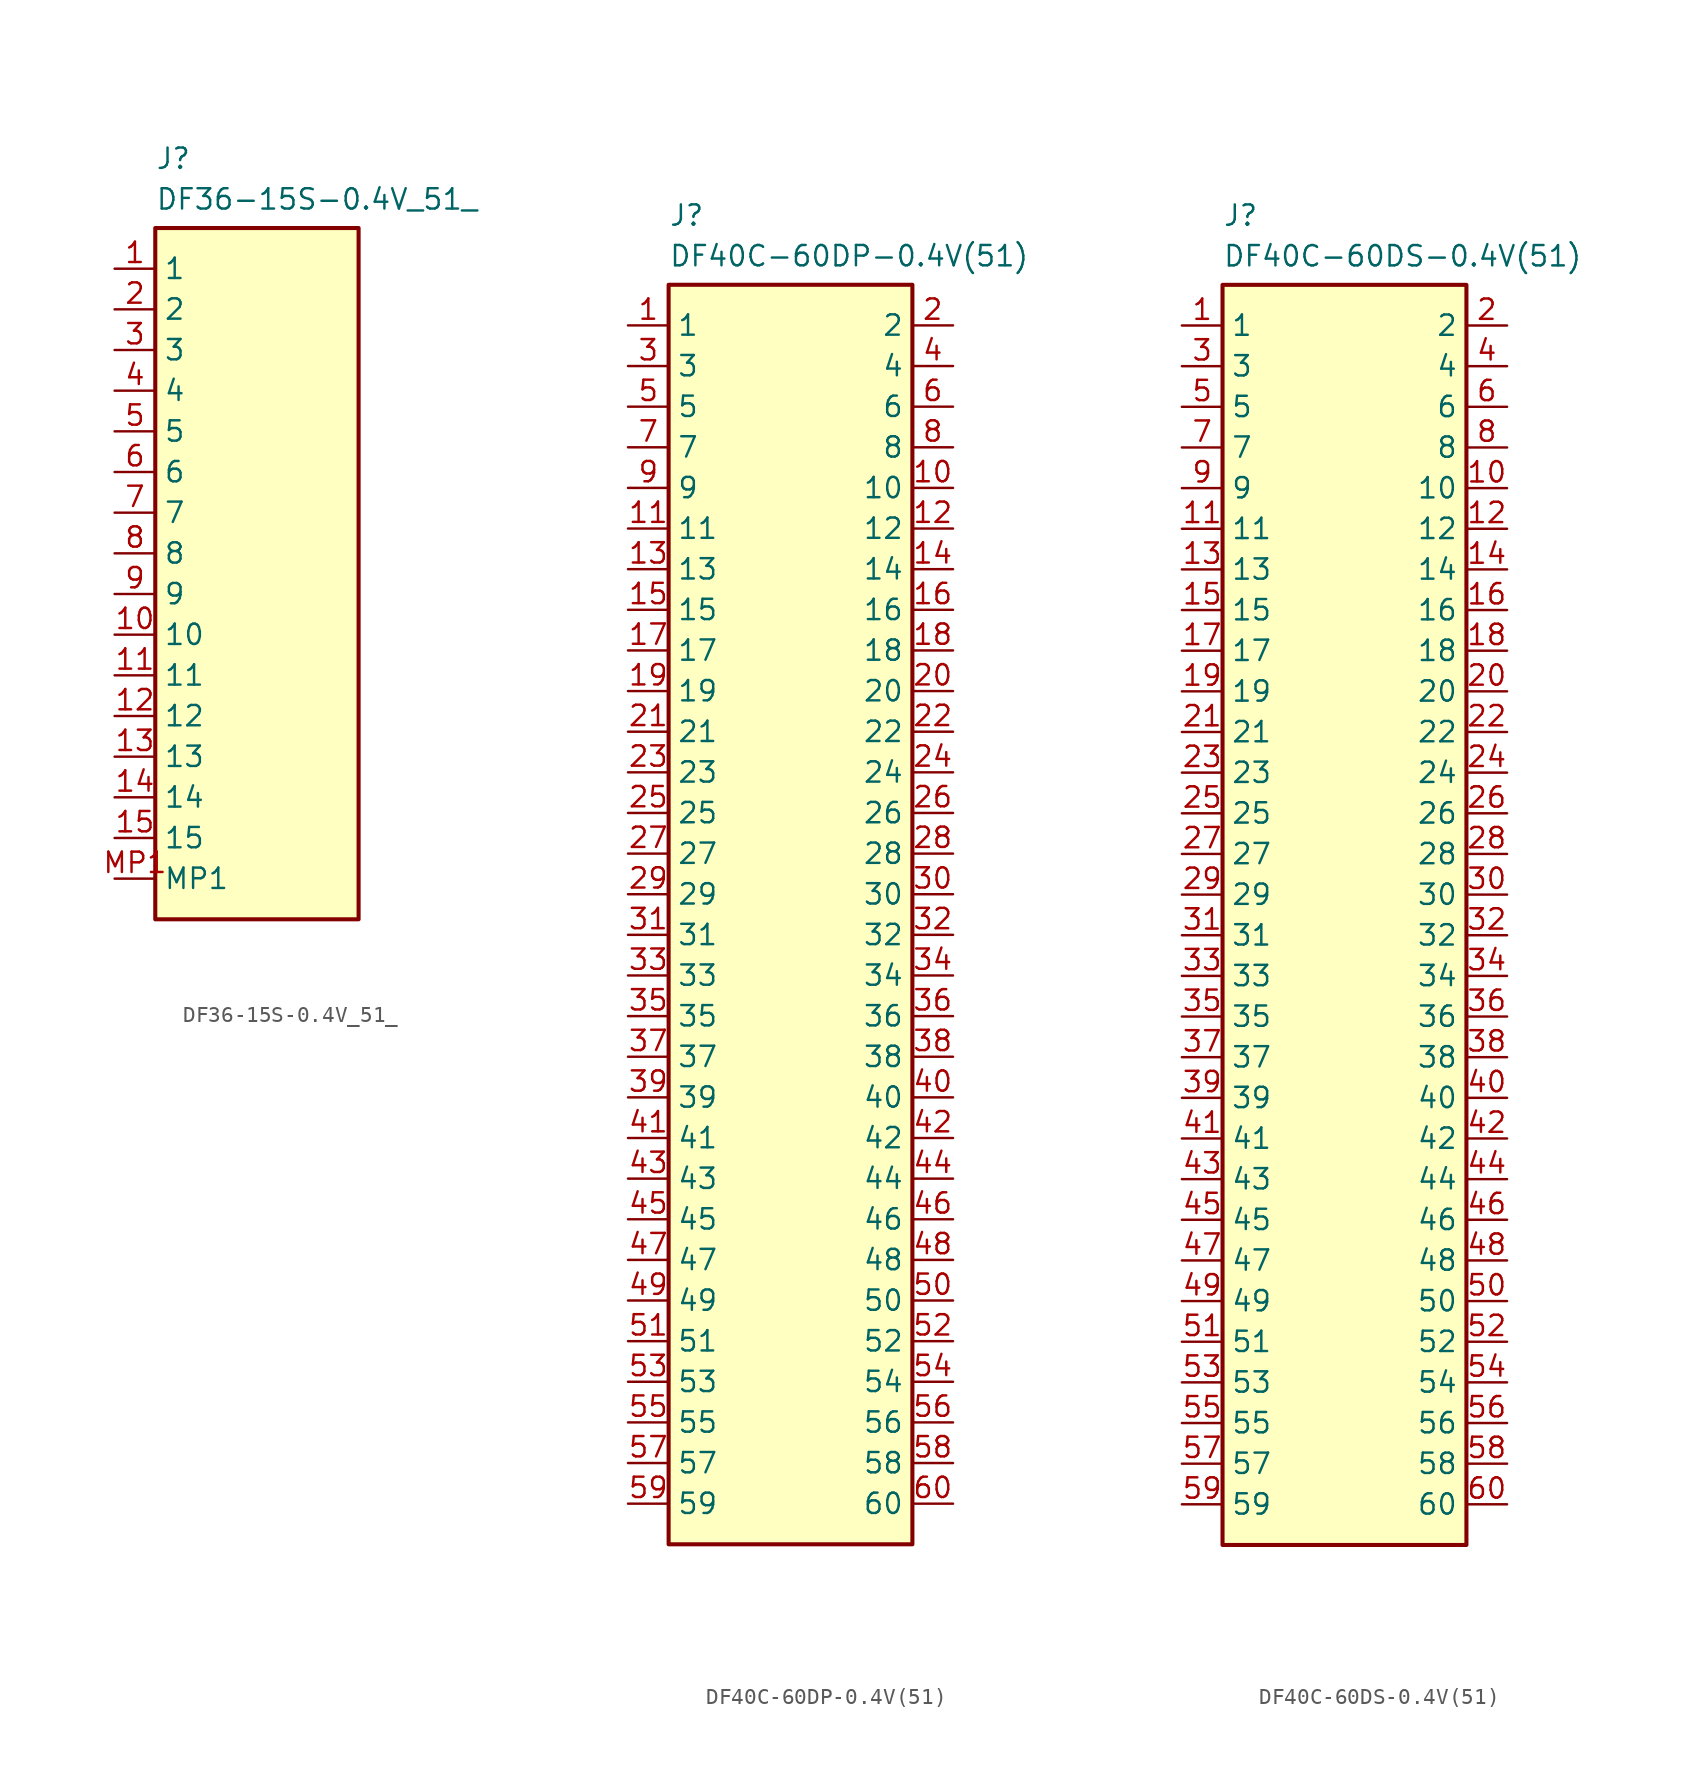
<source format=kicad_sym>
(kicad_symbol_lib
  (version 20241209)
  (generator "kicad_symbol_editor")
  (generator_version "9.0")
  (symbol "DF36-15S-0.4V_51_"
    (property "Reference" "J"
      (at 2.54 7.62 0)
      (effects (font (size 1.27 1.27)) (justify left top)))
    (property "Value" "DF36-15S-0.4V_51_"
      (at 2.54 5.08 0)
      (effects (font (size 1.27 1.27)) (justify left top)))
    (symbol "DF36-15S-0.4V_51__1_1"
      (rectangle (start 2.54 2.54) (end 15.24 -40.64) (stroke (width 0.254) (type default)) (fill (type background)))
      (pin passive line (at 0 0 0) (length 2.54) (name "1" (effects (font (size 1.27 1.27)))) (number "1" (effects (font (size 1.27 1.27)))))
      (pin passive line (at 0 -2.54 0) (length 2.54) (name "2" (effects (font (size 1.27 1.27)))) (number "2" (effects (font (size 1.27 1.27)))))
      (pin passive line (at 0 -5.08 0) (length 2.54) (name "3" (effects (font (size 1.27 1.27)))) (number "3" (effects (font (size 1.27 1.27)))))
      (pin passive line (at 0 -7.62 0) (length 2.54) (name "4" (effects (font (size 1.27 1.27)))) (number "4" (effects (font (size 1.27 1.27)))))
      (pin passive line (at 0 -10.16 0) (length 2.54) (name "5" (effects (font (size 1.27 1.27)))) (number "5" (effects (font (size 1.27 1.27)))))
      (pin passive line (at 0 -12.7 0) (length 2.54) (name "6" (effects (font (size 1.27 1.27)))) (number "6" (effects (font (size 1.27 1.27)))))
      (pin passive line (at 0 -15.24 0) (length 2.54) (name "7" (effects (font (size 1.27 1.27)))) (number "7" (effects (font (size 1.27 1.27)))))
      (pin passive line (at 0 -17.78 0) (length 2.54) (name "8" (effects (font (size 1.27 1.27)))) (number "8" (effects (font (size 1.27 1.27)))))
      (pin passive line (at 0 -20.32 0) (length 2.54) (name "9" (effects (font (size 1.27 1.27)))) (number "9" (effects (font (size 1.27 1.27)))))
      (pin passive line (at 0 -22.86 0) (length 2.54) (name "10" (effects (font (size 1.27 1.27)))) (number "10" (effects (font (size 1.27 1.27)))))
      (pin passive line (at 0 -25.4 0) (length 2.54) (name "11" (effects (font (size 1.27 1.27)))) (number "11" (effects (font (size 1.27 1.27)))))
      (pin passive line (at 0 -27.94 0) (length 2.54) (name "12" (effects (font (size 1.27 1.27)))) (number "12" (effects (font (size 1.27 1.27)))))
      (pin passive line (at 0 -30.48 0) (length 2.54) (name "13" (effects (font (size 1.27 1.27)))) (number "13" (effects (font (size 1.27 1.27)))))
      (pin passive line (at 0 -33.02 0) (length 2.54) (name "14" (effects (font (size 1.27 1.27)))) (number "14" (effects (font (size 1.27 1.27)))))
      (pin passive line (at 0 -35.56 0) (length 2.54) (name "15" (effects (font (size 1.27 1.27)))) (number "15" (effects (font (size 1.27 1.27)))))
      (pin passive line (at 0 -38.1 0) (length 2.54) (name "MP1" (effects (font (size 1.27 1.27)))) (number "MP1" (effects (font (size 1.27 1.27)))))
      (pin passive line (at 0 -38.1 0) (length 2.54) (hide yes) (name "MP2" (effects (font (size 1.27 1.27)))) (number "MP2" (effects (font (size 1.27 1.27)))))
      (pin passive line (at 0 -38.1 0) (length 2.54) (hide yes) (name "MP3" (effects (font (size 1.27 1.27)))) (number "MP3" (effects (font (size 1.27 1.27)))))
      (pin passive line (at 0 -38.1 0) (length 2.54) (hide yes) (name "MP4" (effects (font (size 1.27 1.27)))) (number "MP4" (effects (font (size 1.27 1.27)))))))
  (symbol "DF40C-60DP-0.4V(51)"
    (property "Reference" "J"
      (at 2.54 7.62 0)
      (effects (font (size 1.27 1.27)) (justify left top)))
    (property "Value" "DF40C-60DP-0.4V(51)"
      (at 2.54 5.08 0)
      (effects (font (size 1.27 1.27)) (justify left top)))
    (symbol "DF40C-60DP-0.4V(51)_1_1"
      (rectangle (start 2.54 2.54) (end 17.78 -76.2) (stroke (width 0.254) (type default)) (fill (type background)))
      (pin passive line (at 0 0 0) (length 2.54) (name "1" (effects (font (size 1.27 1.27)))) (number "1" (effects (font (size 1.27 1.27)))))
      (pin passive line (at 0 -2.54 0) (length 2.54) (name "3" (effects (font (size 1.27 1.27)))) (number "3" (effects (font (size 1.27 1.27)))))
      (pin passive line (at 0 -5.08 0) (length 2.54) (name "5" (effects (font (size 1.27 1.27)))) (number "5" (effects (font (size 1.27 1.27)))))
      (pin passive line (at 0 -7.62 0) (length 2.54) (name "7" (effects (font (size 1.27 1.27)))) (number "7" (effects (font (size 1.27 1.27)))))
      (pin passive line (at 0 -10.16 0) (length 2.54) (name "9" (effects (font (size 1.27 1.27)))) (number "9" (effects (font (size 1.27 1.27)))))
      (pin passive line (at 0 -12.7 0) (length 2.54) (name "11" (effects (font (size 1.27 1.27)))) (number "11" (effects (font (size 1.27 1.27)))))
      (pin passive line (at 0 -15.24 0) (length 2.54) (name "13" (effects (font (size 1.27 1.27)))) (number "13" (effects (font (size 1.27 1.27)))))
      (pin passive line (at 0 -17.78 0) (length 2.54) (name "15" (effects (font (size 1.27 1.27)))) (number "15" (effects (font (size 1.27 1.27)))))
      (pin passive line (at 0 -20.32 0) (length 2.54) (name "17" (effects (font (size 1.27 1.27)))) (number "17" (effects (font (size 1.27 1.27)))))
      (pin passive line (at 0 -22.86 0) (length 2.54) (name "19" (effects (font (size 1.27 1.27)))) (number "19" (effects (font (size 1.27 1.27)))))
      (pin passive line (at 0 -25.4 0) (length 2.54) (name "21" (effects (font (size 1.27 1.27)))) (number "21" (effects (font (size 1.27 1.27)))))
      (pin passive line (at 0 -27.94 0) (length 2.54) (name "23" (effects (font (size 1.27 1.27)))) (number "23" (effects (font (size 1.27 1.27)))))
      (pin passive line (at 0 -30.48 0) (length 2.54) (name "25" (effects (font (size 1.27 1.27)))) (number "25" (effects (font (size 1.27 1.27)))))
      (pin passive line (at 0 -33.02 0) (length 2.54) (name "27" (effects (font (size 1.27 1.27)))) (number "27" (effects (font (size 1.27 1.27)))))
      (pin passive line (at 0 -35.56 0) (length 2.54) (name "29" (effects (font (size 1.27 1.27)))) (number "29" (effects (font (size 1.27 1.27)))))
      (pin passive line (at 0 -38.1 0) (length 2.54) (name "31" (effects (font (size 1.27 1.27)))) (number "31" (effects (font (size 1.27 1.27)))))
      (pin passive line (at 0 -40.64 0) (length 2.54) (name "33" (effects (font (size 1.27 1.27)))) (number "33" (effects (font (size 1.27 1.27)))))
      (pin passive line (at 0 -43.18 0) (length 2.54) (name "35" (effects (font (size 1.27 1.27)))) (number "35" (effects (font (size 1.27 1.27)))))
      (pin passive line (at 0 -45.72 0) (length 2.54) (name "37" (effects (font (size 1.27 1.27)))) (number "37" (effects (font (size 1.27 1.27)))))
      (pin passive line (at 0 -48.26 0) (length 2.54) (name "39" (effects (font (size 1.27 1.27)))) (number "39" (effects (font (size 1.27 1.27)))))
      (pin passive line (at 0 -50.8 0) (length 2.54) (name "41" (effects (font (size 1.27 1.27)))) (number "41" (effects (font (size 1.27 1.27)))))
      (pin passive line (at 0 -53.34 0) (length 2.54) (name "43" (effects (font (size 1.27 1.27)))) (number "43" (effects (font (size 1.27 1.27)))))
      (pin passive line (at 0 -55.88 0) (length 2.54) (name "45" (effects (font (size 1.27 1.27)))) (number "45" (effects (font (size 1.27 1.27)))))
      (pin passive line (at 0 -58.42 0) (length 2.54) (name "47" (effects (font (size 1.27 1.27)))) (number "47" (effects (font (size 1.27 1.27)))))
      (pin passive line (at 0 -60.96 0) (length 2.54) (name "49" (effects (font (size 1.27 1.27)))) (number "49" (effects (font (size 1.27 1.27)))))
      (pin passive line (at 0 -63.5 0) (length 2.54) (name "51" (effects (font (size 1.27 1.27)))) (number "51" (effects (font (size 1.27 1.27)))))
      (pin passive line (at 0 -66.04 0) (length 2.54) (name "53" (effects (font (size 1.27 1.27)))) (number "53" (effects (font (size 1.27 1.27)))))
      (pin passive line (at 0 -68.58 0) (length 2.54) (name "55" (effects (font (size 1.27 1.27)))) (number "55" (effects (font (size 1.27 1.27)))))
      (pin passive line (at 0 -71.12 0) (length 2.54) (name "57" (effects (font (size 1.27 1.27)))) (number "57" (effects (font (size 1.27 1.27)))))
      (pin passive line (at 0 -73.66 0) (length 2.54) (name "59" (effects (font (size 1.27 1.27)))) (number "59" (effects (font (size 1.27 1.27)))))
      (pin passive line (at 20.32 0 180) (length 2.54) (name "2" (effects (font (size 1.27 1.27)))) (number "2" (effects (font (size 1.27 1.27)))))
      (pin passive line (at 20.32 -2.54 180) (length 2.54) (name "4" (effects (font (size 1.27 1.27)))) (number "4" (effects (font (size 1.27 1.27)))))
      (pin passive line (at 20.32 -5.08 180) (length 2.54) (name "6" (effects (font (size 1.27 1.27)))) (number "6" (effects (font (size 1.27 1.27)))))
      (pin passive line (at 20.32 -7.62 180) (length 2.54) (name "8" (effects (font (size 1.27 1.27)))) (number "8" (effects (font (size 1.27 1.27)))))
      (pin passive line (at 20.32 -10.16 180) (length 2.54) (name "10" (effects (font (size 1.27 1.27)))) (number "10" (effects (font (size 1.27 1.27)))))
      (pin passive line (at 20.32 -12.7 180) (length 2.54) (name "12" (effects (font (size 1.27 1.27)))) (number "12" (effects (font (size 1.27 1.27)))))
      (pin passive line (at 20.32 -15.24 180) (length 2.54) (name "14" (effects (font (size 1.27 1.27)))) (number "14" (effects (font (size 1.27 1.27)))))
      (pin passive line (at 20.32 -17.78 180) (length 2.54) (name "16" (effects (font (size 1.27 1.27)))) (number "16" (effects (font (size 1.27 1.27)))))
      (pin passive line (at 20.32 -20.32 180) (length 2.54) (name "18" (effects (font (size 1.27 1.27)))) (number "18" (effects (font (size 1.27 1.27)))))
      (pin passive line (at 20.32 -22.86 180) (length 2.54) (name "20" (effects (font (size 1.27 1.27)))) (number "20" (effects (font (size 1.27 1.27)))))
      (pin passive line (at 20.32 -25.4 180) (length 2.54) (name "22" (effects (font (size 1.27 1.27)))) (number "22" (effects (font (size 1.27 1.27)))))
      (pin passive line (at 20.32 -27.94 180) (length 2.54) (name "24" (effects (font (size 1.27 1.27)))) (number "24" (effects (font (size 1.27 1.27)))))
      (pin passive line (at 20.32 -30.48 180) (length 2.54) (name "26" (effects (font (size 1.27 1.27)))) (number "26" (effects (font (size 1.27 1.27)))))
      (pin passive line (at 20.32 -33.02 180) (length 2.54) (name "28" (effects (font (size 1.27 1.27)))) (number "28" (effects (font (size 1.27 1.27)))))
      (pin passive line (at 20.32 -35.56 180) (length 2.54) (name "30" (effects (font (size 1.27 1.27)))) (number "30" (effects (font (size 1.27 1.27)))))
      (pin passive line (at 20.32 -38.1 180) (length 2.54) (name "32" (effects (font (size 1.27 1.27)))) (number "32" (effects (font (size 1.27 1.27)))))
      (pin passive line (at 20.32 -40.64 180) (length 2.54) (name "34" (effects (font (size 1.27 1.27)))) (number "34" (effects (font (size 1.27 1.27)))))
      (pin passive line (at 20.32 -43.18 180) (length 2.54) (name "36" (effects (font (size 1.27 1.27)))) (number "36" (effects (font (size 1.27 1.27)))))
      (pin passive line (at 20.32 -45.72 180) (length 2.54) (name "38" (effects (font (size 1.27 1.27)))) (number "38" (effects (font (size 1.27 1.27)))))
      (pin passive line (at 20.32 -48.26 180) (length 2.54) (name "40" (effects (font (size 1.27 1.27)))) (number "40" (effects (font (size 1.27 1.27)))))
      (pin passive line (at 20.32 -50.8 180) (length 2.54) (name "42" (effects (font (size 1.27 1.27)))) (number "42" (effects (font (size 1.27 1.27)))))
      (pin passive line (at 20.32 -53.34 180) (length 2.54) (name "44" (effects (font (size 1.27 1.27)))) (number "44" (effects (font (size 1.27 1.27)))))
      (pin passive line (at 20.32 -55.88 180) (length 2.54) (name "46" (effects (font (size 1.27 1.27)))) (number "46" (effects (font (size 1.27 1.27)))))
      (pin passive line (at 20.32 -58.42 180) (length 2.54) (name "48" (effects (font (size 1.27 1.27)))) (number "48" (effects (font (size 1.27 1.27)))))
      (pin passive line (at 20.32 -60.96 180) (length 2.54) (name "50" (effects (font (size 1.27 1.27)))) (number "50" (effects (font (size 1.27 1.27)))))
      (pin passive line (at 20.32 -63.5 180) (length 2.54) (name "52" (effects (font (size 1.27 1.27)))) (number "52" (effects (font (size 1.27 1.27)))))
      (pin passive line (at 20.32 -66.04 180) (length 2.54) (name "54" (effects (font (size 1.27 1.27)))) (number "54" (effects (font (size 1.27 1.27)))))
      (pin passive line (at 20.32 -68.58 180) (length 2.54) (name "56" (effects (font (size 1.27 1.27)))) (number "56" (effects (font (size 1.27 1.27)))))
      (pin passive line (at 20.32 -71.12 180) (length 2.54) (name "58" (effects (font (size 1.27 1.27)))) (number "58" (effects (font (size 1.27 1.27)))))
      (pin passive line (at 20.32 -73.66 180) (length 2.54) (name "60" (effects (font (size 1.27 1.27)))) (number "60" (effects (font (size 1.27 1.27)))))))
  (symbol "DF40C-60DS-0.4V(51)"
    (property "Reference" "J"
      (at 2.54 7.62 0)
      (effects (font (size 1.27 1.27)) (justify left top)))
    (property "Value" "DF40C-60DS-0.4V(51)"
      (at 2.54 5.08 0)
      (effects (font (size 1.27 1.27)) (justify left top)))
    (symbol "DF40C-60DS-0.4V(51)_1_1"
      (rectangle (start 2.54 2.54) (end 17.78 -76.2) (stroke (width 0.254) (type default)) (fill (type background)))
      (pin passive line (at 0 0 0) (length 2.54) (name "1" (effects (font (size 1.27 1.27)))) (number "1" (effects (font (size 1.27 1.27)))))
      (pin passive line (at 0 -2.54 0) (length 2.54) (name "3" (effects (font (size 1.27 1.27)))) (number "3" (effects (font (size 1.27 1.27)))))
      (pin passive line (at 0 -5.08 0) (length 2.54) (name "5" (effects (font (size 1.27 1.27)))) (number "5" (effects (font (size 1.27 1.27)))))
      (pin passive line (at 0 -7.62 0) (length 2.54) (name "7" (effects (font (size 1.27 1.27)))) (number "7" (effects (font (size 1.27 1.27)))))
      (pin passive line (at 0 -10.16 0) (length 2.54) (name "9" (effects (font (size 1.27 1.27)))) (number "9" (effects (font (size 1.27 1.27)))))
      (pin passive line (at 0 -12.7 0) (length 2.54) (name "11" (effects (font (size 1.27 1.27)))) (number "11" (effects (font (size 1.27 1.27)))))
      (pin passive line (at 0 -15.24 0) (length 2.54) (name "13" (effects (font (size 1.27 1.27)))) (number "13" (effects (font (size 1.27 1.27)))))
      (pin passive line (at 0 -17.78 0) (length 2.54) (name "15" (effects (font (size 1.27 1.27)))) (number "15" (effects (font (size 1.27 1.27)))))
      (pin passive line (at 0 -20.32 0) (length 2.54) (name "17" (effects (font (size 1.27 1.27)))) (number "17" (effects (font (size 1.27 1.27)))))
      (pin passive line (at 0 -22.86 0) (length 2.54) (name "19" (effects (font (size 1.27 1.27)))) (number "19" (effects (font (size 1.27 1.27)))))
      (pin passive line (at 0 -25.4 0) (length 2.54) (name "21" (effects (font (size 1.27 1.27)))) (number "21" (effects (font (size 1.27 1.27)))))
      (pin passive line (at 0 -27.94 0) (length 2.54) (name "23" (effects (font (size 1.27 1.27)))) (number "23" (effects (font (size 1.27 1.27)))))
      (pin passive line (at 0 -30.48 0) (length 2.54) (name "25" (effects (font (size 1.27 1.27)))) (number "25" (effects (font (size 1.27 1.27)))))
      (pin passive line (at 0 -33.02 0) (length 2.54) (name "27" (effects (font (size 1.27 1.27)))) (number "27" (effects (font (size 1.27 1.27)))))
      (pin passive line (at 0 -35.56 0) (length 2.54) (name "29" (effects (font (size 1.27 1.27)))) (number "29" (effects (font (size 1.27 1.27)))))
      (pin passive line (at 0 -38.1 0) (length 2.54) (name "31" (effects (font (size 1.27 1.27)))) (number "31" (effects (font (size 1.27 1.27)))))
      (pin passive line (at 0 -40.64 0) (length 2.54) (name "33" (effects (font (size 1.27 1.27)))) (number "33" (effects (font (size 1.27 1.27)))))
      (pin passive line (at 0 -43.18 0) (length 2.54) (name "35" (effects (font (size 1.27 1.27)))) (number "35" (effects (font (size 1.27 1.27)))))
      (pin passive line (at 0 -45.72 0) (length 2.54) (name "37" (effects (font (size 1.27 1.27)))) (number "37" (effects (font (size 1.27 1.27)))))
      (pin passive line (at 0 -48.26 0) (length 2.54) (name "39" (effects (font (size 1.27 1.27)))) (number "39" (effects (font (size 1.27 1.27)))))
      (pin passive line (at 0 -50.8 0) (length 2.54) (name "41" (effects (font (size 1.27 1.27)))) (number "41" (effects (font (size 1.27 1.27)))))
      (pin passive line (at 0 -53.34 0) (length 2.54) (name "43" (effects (font (size 1.27 1.27)))) (number "43" (effects (font (size 1.27 1.27)))))
      (pin passive line (at 0 -55.88 0) (length 2.54) (name "45" (effects (font (size 1.27 1.27)))) (number "45" (effects (font (size 1.27 1.27)))))
      (pin passive line (at 0 -58.42 0) (length 2.54) (name "47" (effects (font (size 1.27 1.27)))) (number "47" (effects (font (size 1.27 1.27)))))
      (pin passive line (at 0 -60.96 0) (length 2.54) (name "49" (effects (font (size 1.27 1.27)))) (number "49" (effects (font (size 1.27 1.27)))))
      (pin passive line (at 0 -63.5 0) (length 2.54) (name "51" (effects (font (size 1.27 1.27)))) (number "51" (effects (font (size 1.27 1.27)))))
      (pin passive line (at 0 -66.04 0) (length 2.54) (name "53" (effects (font (size 1.27 1.27)))) (number "53" (effects (font (size 1.27 1.27)))))
      (pin passive line (at 0 -68.58 0) (length 2.54) (name "55" (effects (font (size 1.27 1.27)))) (number "55" (effects (font (size 1.27 1.27)))))
      (pin passive line (at 0 -71.12 0) (length 2.54) (name "57" (effects (font (size 1.27 1.27)))) (number "57" (effects (font (size 1.27 1.27)))))
      (pin passive line (at 0 -73.66 0) (length 2.54) (name "59" (effects (font (size 1.27 1.27)))) (number "59" (effects (font (size 1.27 1.27)))))
      (pin passive line (at 20.32 0 180) (length 2.54) (name "2" (effects (font (size 1.27 1.27)))) (number "2" (effects (font (size 1.27 1.27)))))
      (pin passive line (at 20.32 -2.54 180) (length 2.54) (name "4" (effects (font (size 1.27 1.27)))) (number "4" (effects (font (size 1.27 1.27)))))
      (pin passive line (at 20.32 -5.08 180) (length 2.54) (name "6" (effects (font (size 1.27 1.27)))) (number "6" (effects (font (size 1.27 1.27)))))
      (pin passive line (at 20.32 -7.62 180) (length 2.54) (name "8" (effects (font (size 1.27 1.27)))) (number "8" (effects (font (size 1.27 1.27)))))
      (pin passive line (at 20.32 -10.16 180) (length 2.54) (name "10" (effects (font (size 1.27 1.27)))) (number "10" (effects (font (size 1.27 1.27)))))
      (pin passive line (at 20.32 -12.7 180) (length 2.54) (name "12" (effects (font (size 1.27 1.27)))) (number "12" (effects (font (size 1.27 1.27)))))
      (pin passive line (at 20.32 -15.24 180) (length 2.54) (name "14" (effects (font (size 1.27 1.27)))) (number "14" (effects (font (size 1.27 1.27)))))
      (pin passive line (at 20.32 -17.78 180) (length 2.54) (name "16" (effects (font (size 1.27 1.27)))) (number "16" (effects (font (size 1.27 1.27)))))
      (pin passive line (at 20.32 -20.32 180) (length 2.54) (name "18" (effects (font (size 1.27 1.27)))) (number "18" (effects (font (size 1.27 1.27)))))
      (pin passive line (at 20.32 -22.86 180) (length 2.54) (name "20" (effects (font (size 1.27 1.27)))) (number "20" (effects (font (size 1.27 1.27)))))
      (pin passive line (at 20.32 -25.4 180) (length 2.54) (name "22" (effects (font (size 1.27 1.27)))) (number "22" (effects (font (size 1.27 1.27)))))
      (pin passive line (at 20.32 -27.94 180) (length 2.54) (name "24" (effects (font (size 1.27 1.27)))) (number "24" (effects (font (size 1.27 1.27)))))
      (pin passive line (at 20.32 -30.48 180) (length 2.54) (name "26" (effects (font (size 1.27 1.27)))) (number "26" (effects (font (size 1.27 1.27)))))
      (pin passive line (at 20.32 -33.02 180) (length 2.54) (name "28" (effects (font (size 1.27 1.27)))) (number "28" (effects (font (size 1.27 1.27)))))
      (pin passive line (at 20.32 -35.56 180) (length 2.54) (name "30" (effects (font (size 1.27 1.27)))) (number "30" (effects (font (size 1.27 1.27)))))
      (pin passive line (at 20.32 -38.1 180) (length 2.54) (name "32" (effects (font (size 1.27 1.27)))) (number "32" (effects (font (size 1.27 1.27)))))
      (pin passive line (at 20.32 -40.64 180) (length 2.54) (name "34" (effects (font (size 1.27 1.27)))) (number "34" (effects (font (size 1.27 1.27)))))
      (pin passive line (at 20.32 -43.18 180) (length 2.54) (name "36" (effects (font (size 1.27 1.27)))) (number "36" (effects (font (size 1.27 1.27)))))
      (pin passive line (at 20.32 -45.72 180) (length 2.54) (name "38" (effects (font (size 1.27 1.27)))) (number "38" (effects (font (size 1.27 1.27)))))
      (pin passive line (at 20.32 -48.26 180) (length 2.54) (name "40" (effects (font (size 1.27 1.27)))) (number "40" (effects (font (size 1.27 1.27)))))
      (pin passive line (at 20.32 -50.8 180) (length 2.54) (name "42" (effects (font (size 1.27 1.27)))) (number "42" (effects (font (size 1.27 1.27)))))
      (pin passive line (at 20.32 -53.34 180) (length 2.54) (name "44" (effects (font (size 1.27 1.27)))) (number "44" (effects (font (size 1.27 1.27)))))
      (pin passive line (at 20.32 -55.88 180) (length 2.54) (name "46" (effects (font (size 1.27 1.27)))) (number "46" (effects (font (size 1.27 1.27)))))
      (pin passive line (at 20.32 -58.42 180) (length 2.54) (name "48" (effects (font (size 1.27 1.27)))) (number "48" (effects (font (size 1.27 1.27)))))
      (pin passive line (at 20.32 -60.96 180) (length 2.54) (name "50" (effects (font (size 1.27 1.27)))) (number "50" (effects (font (size 1.27 1.27)))))
      (pin passive line (at 20.32 -63.5 180) (length 2.54) (name "52" (effects (font (size 1.27 1.27)))) (number "52" (effects (font (size 1.27 1.27)))))
      (pin passive line (at 20.32 -66.04 180) (length 2.54) (name "54" (effects (font (size 1.27 1.27)))) (number "54" (effects (font (size 1.27 1.27)))))
      (pin passive line (at 20.32 -68.58 180) (length 2.54) (name "56" (effects (font (size 1.27 1.27)))) (number "56" (effects (font (size 1.27 1.27)))))
      (pin passive line (at 20.32 -71.12 180) (length 2.54) (name "58" (effects (font (size 1.27 1.27)))) (number "58" (effects (font (size 1.27 1.27)))))
      (pin passive line (at 20.32 -73.66 180) (length 2.54) (name "60" (effects (font (size 1.27 1.27)))) (number "60" (effects (font (size 1.27 1.27))))))))
</source>
